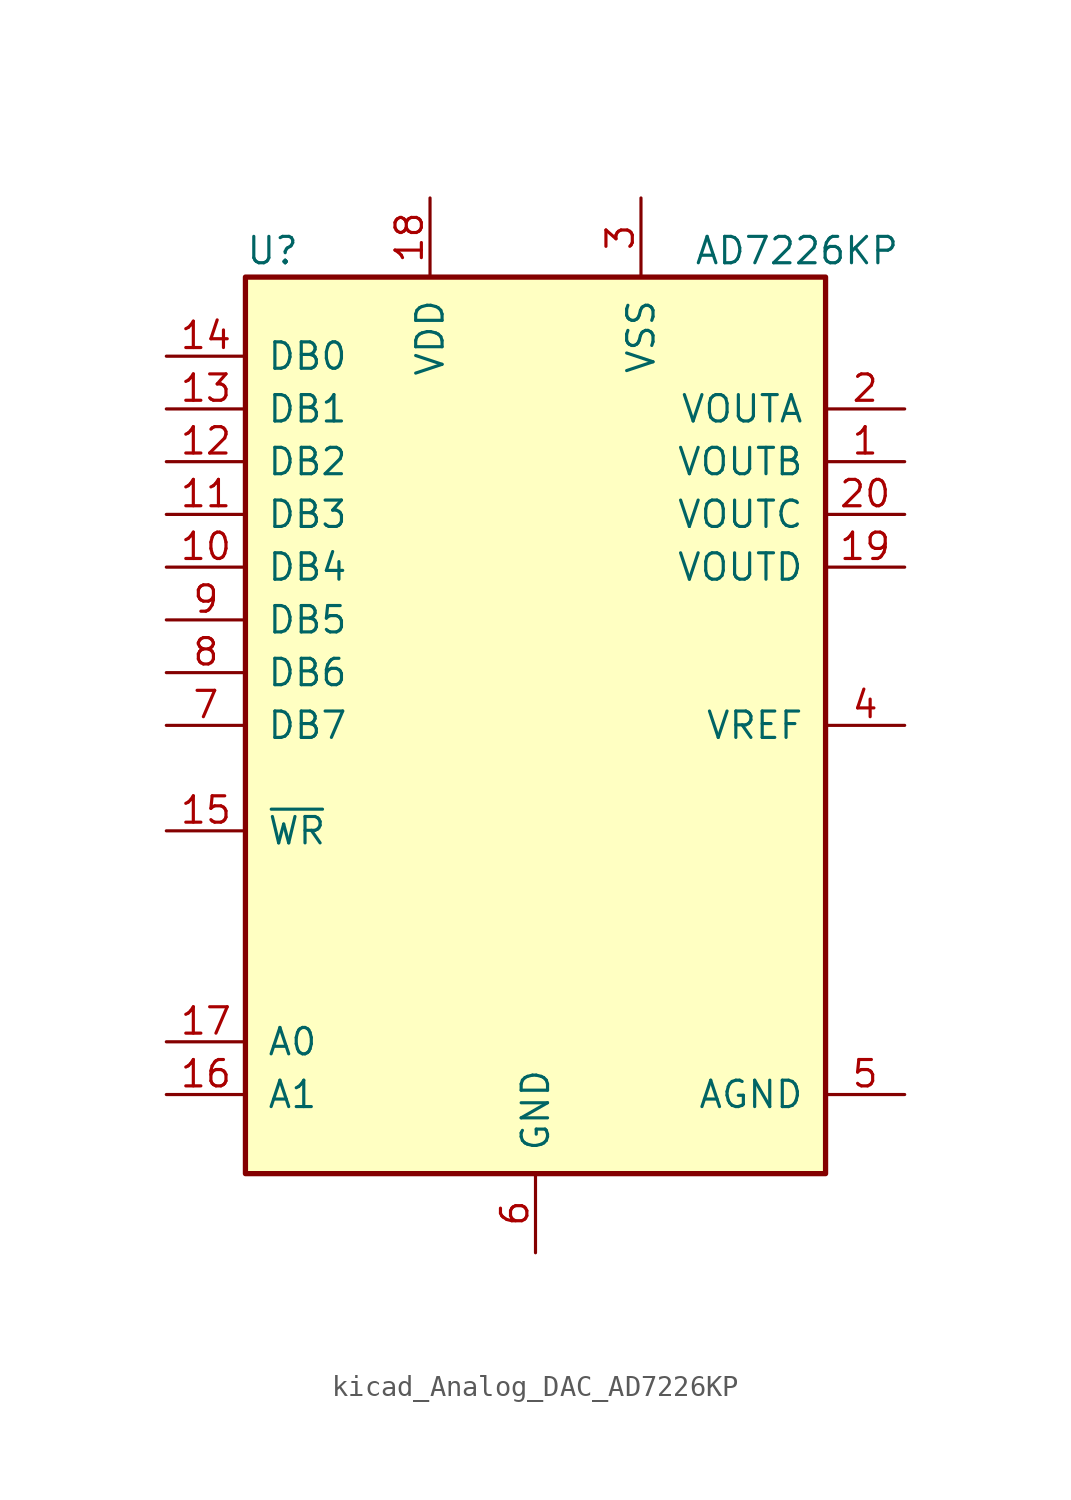
<source format=kicad_sym>
(kicad_symbol_lib
  (version 20220914)
  (generator kicad_symbol_editor)
  (symbol "kicad_Analog_DAC_AD7226KP"
    (pin_names
      (offset 1.016))
    (property "Reference" "U"
      (at -13.97 22.86 0)
      (effects (font (size 1.27 1.27)) (justify left)))
    (property "Value" "AD7226KP"
      (at 7.62 22.86 0)
      (effects (font (size 1.27 1.27)) (justify left)))
    (symbol "kicad_Analog_DAC_AD7226KP_0_1"
      (rectangle (start -13.97 -21.59) (end 13.97 21.59) (stroke (width 0.254) (type default)) (fill (type background))))
    (symbol "kicad_Analog_DAC_AD7226KP_1_1"
      (pin output line (at 17.78 12.7 180) (length 3.81) (name "VOUTB" (effects (font (size 1.27 1.27)))) (number "1" (effects (font (size 1.27 1.27)))))
      (pin input line (at -17.78 7.62 0) (length 3.81) (name "DB4" (effects (font (size 1.27 1.27)))) (number "10" (effects (font (size 1.27 1.27)))))
      (pin input line (at -17.78 10.16 0) (length 3.81) (name "DB3" (effects (font (size 1.27 1.27)))) (number "11" (effects (font (size 1.27 1.27)))))
      (pin input line (at -17.78 12.7 0) (length 3.81) (name "DB2" (effects (font (size 1.27 1.27)))) (number "12" (effects (font (size 1.27 1.27)))))
      (pin input line (at -17.78 15.24 0) (length 3.81) (name "DB1" (effects (font (size 1.27 1.27)))) (number "13" (effects (font (size 1.27 1.27)))))
      (pin input line (at -17.78 17.78 0) (length 3.81) (name "DB0" (effects (font (size 1.27 1.27)))) (number "14" (effects (font (size 1.27 1.27)))))
      (pin input line (at -17.78 -5.08 0) (length 3.81) (name "~{WR}" (effects (font (size 1.27 1.27)))) (number "15" (effects (font (size 1.27 1.27)))))
      (pin input line (at -17.78 -17.78 0) (length 3.81) (name "A1" (effects (font (size 1.27 1.27)))) (number "16" (effects (font (size 1.27 1.27)))))
      (pin input line (at -17.78 -15.24 0) (length 3.81) (name "A0" (effects (font (size 1.27 1.27)))) (number "17" (effects (font (size 1.27 1.27)))))
      (pin power_in line (at -5.08 25.4 270) (length 3.81) (name "VDD" (effects (font (size 1.27 1.27)))) (number "18" (effects (font (size 1.27 1.27)))))
      (pin output line (at 17.78 7.62 180) (length 3.81) (name "VOUTD" (effects (font (size 1.27 1.27)))) (number "19" (effects (font (size 1.27 1.27)))))
      (pin output line (at 17.78 15.24 180) (length 3.81) (name "VOUTA" (effects (font (size 1.27 1.27)))) (number "2" (effects (font (size 1.27 1.27)))))
      (pin output line (at 17.78 10.16 180) (length 3.81) (name "VOUTC" (effects (font (size 1.27 1.27)))) (number "20" (effects (font (size 1.27 1.27)))))
      (pin power_in line (at 5.08 25.4 270) (length 3.81) (name "VSS" (effects (font (size 1.27 1.27)))) (number "3" (effects (font (size 1.27 1.27)))))
      (pin input line (at 17.78 0 180) (length 3.81) (name "VREF" (effects (font (size 1.27 1.27)))) (number "4" (effects (font (size 1.27 1.27)))))
      (pin input line (at 17.78 -17.78 180) (length 3.81) (name "AGND" (effects (font (size 1.27 1.27)))) (number "5" (effects (font (size 1.27 1.27)))))
      (pin power_in line (at 0 -25.4 90) (length 3.81) (name "GND" (effects (font (size 1.27 1.27)))) (number "6" (effects (font (size 1.27 1.27)))))
      (pin input line (at -17.78 0 0) (length 3.81) (name "DB7" (effects (font (size 1.27 1.27)))) (number "7" (effects (font (size 1.27 1.27)))))
      (pin input line (at -17.78 2.54 0) (length 3.81) (name "DB6" (effects (font (size 1.27 1.27)))) (number "8" (effects (font (size 1.27 1.27)))))
      (pin input line (at -17.78 5.08 0) (length 3.81) (name "DB5" (effects (font (size 1.27 1.27)))) (number "9" (effects (font (size 1.27 1.27))))))))
</source>
